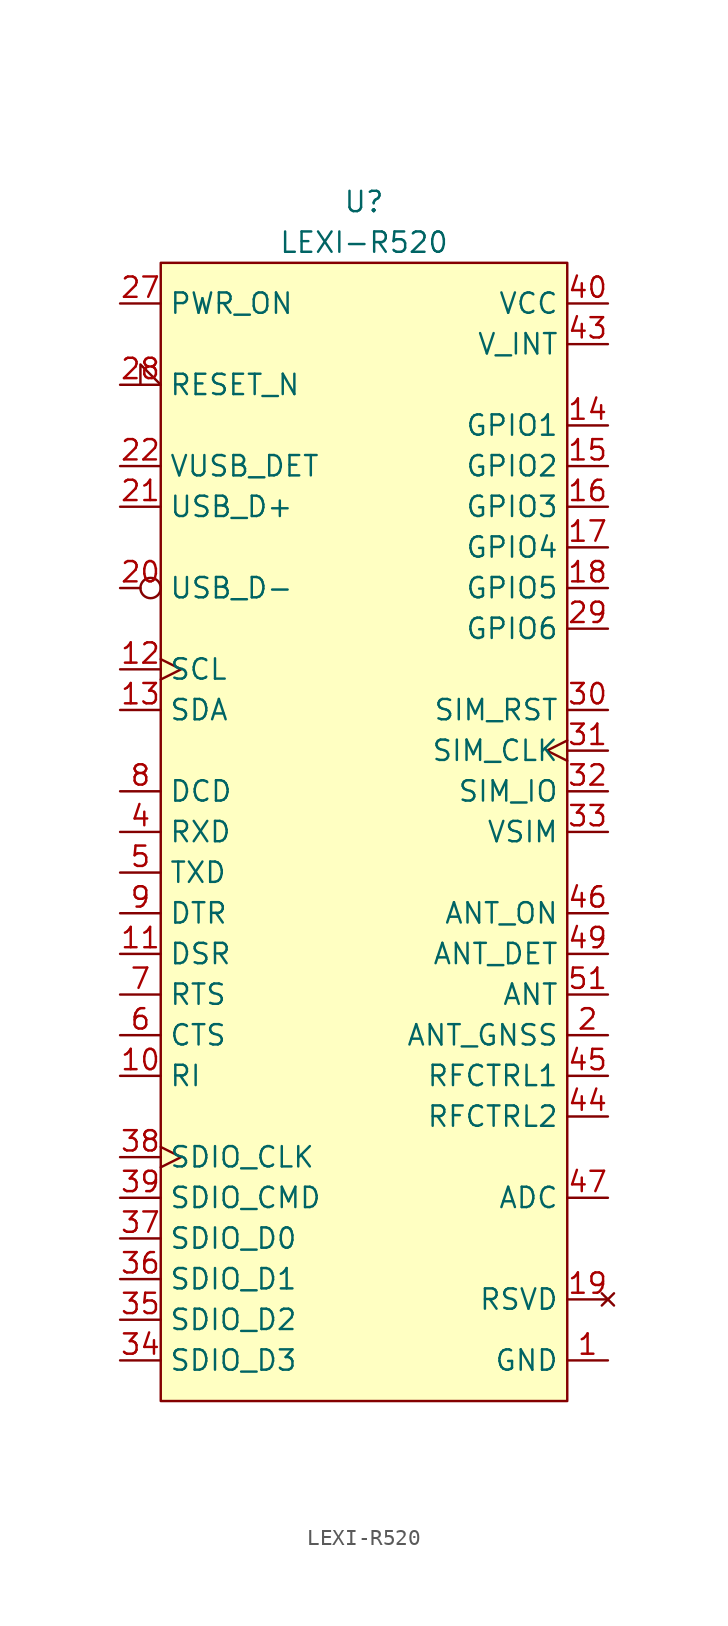
<source format=kicad_sym>
(kicad_symbol_lib
  (version 20231120)
  (generator "kicad_symbol_editor")
  (generator_version "8.0")
  (symbol "LEXI-R520"
    (property "Reference" "U"
      (at 0 39.37 0)
      (do_not_autoplace)
      (effects (font (size 1.27 1.27))))
    (property "Value" "LEXI-R520"
      (at 0 36.83 0)
      (do_not_autoplace)
      (effects (font (size 1.27 1.27))))
    (symbol "LEXI-R520_0_0"
      (pin passive line (at 15.24 -33.02 180) (length 2.54) (name "GND" (effects (font (size 1.27 1.27)))) (number "1" (effects (font (size 1.27 1.27)))))
      (pin output line (at -15.24 -15.24 0) (length 2.54) (name "RI" (effects (font (size 1.27 1.27)))) (number "10" (effects (font (size 1.27 1.27)))))
      (pin bidirectional line (at -15.24 -7.62 0) (length 2.54) (name "DSR" (effects (font (size 1.27 1.27)))) (number "11" (effects (font (size 1.27 1.27)))))
      (pin output clock (at -15.24 10.16 0) (length 2.54) (name "SCL" (effects (font (size 1.27 1.27)))) (number "12" (effects (font (size 1.27 1.27)))))
      (pin bidirectional line (at -15.24 7.62 0) (length 2.54) (name "SDA" (effects (font (size 1.27 1.27)))) (number "13" (effects (font (size 1.27 1.27)))))
      (pin bidirectional line (at 15.24 25.4 180) (length 2.54) (name "GPIO1" (effects (font (size 1.27 1.27)))) (number "14" (effects (font (size 1.27 1.27)))))
      (pin bidirectional line (at 15.24 22.86 180) (length 2.54) (name "GPIO2" (effects (font (size 1.27 1.27)))) (number "15" (effects (font (size 1.27 1.27)))))
      (pin bidirectional line (at 15.24 20.32 180) (length 2.54) (name "GPIO3" (effects (font (size 1.27 1.27)))) (number "16" (effects (font (size 1.27 1.27)))))
      (pin bidirectional line (at 15.24 17.78 180) (length 2.54) (name "GPIO4" (effects (font (size 1.27 1.27)))) (number "17" (effects (font (size 1.27 1.27)))))
      (pin bidirectional line (at 15.24 15.24 180) (length 2.54) (name "GPIO5" (effects (font (size 1.27 1.27)))) (number "18" (effects (font (size 1.27 1.27)))))
      (pin no_connect line (at 15.24 -29.21 180) (length 2.54) (name "RSVD" (effects (font (size 1.27 1.27)))) (number "19" (effects (font (size 1.27 1.27)))))
      (pin input line (at 15.24 -12.7 180) (length 2.54) (name "ANT_GNSS" (effects (font (size 1.27 1.27)))) (number "2" (effects (font (size 1.27 1.27)))))
      (pin bidirectional inverted (at -15.24 15.24 0) (length 2.54) (name "USB_D-" (effects (font (size 1.27 1.27)))) (number "20" (effects (font (size 1.27 1.27)))))
      (pin bidirectional line (at -15.24 20.32 0) (length 2.54) (name "USB_D+" (effects (font (size 1.27 1.27)))) (number "21" (effects (font (size 1.27 1.27)))))
      (pin input line (at -15.24 33.02 0) (length 2.54) (name "PWR_ON" (effects (font (size 1.27 1.27)))) (number "27" (effects (font (size 1.27 1.27)))))
      (pin input input_low (at -15.24 27.94 0) (length 2.54) (name "RESET_N" (effects (font (size 1.27 1.27)))) (number "28" (effects (font (size 1.27 1.27)))))
      (pin bidirectional line (at 15.24 12.7 180) (length 2.54) (name "GPIO6" (effects (font (size 1.27 1.27)))) (number "29" (effects (font (size 1.27 1.27)))))
      (pin output line (at 15.24 7.62 180) (length 2.54) (name "SIM_RST" (effects (font (size 1.27 1.27)))) (number "30" (effects (font (size 1.27 1.27)))))
      (pin output clock (at 15.24 5.08 180) (length 2.54) (name "SIM_CLK" (effects (font (size 1.27 1.27)))) (number "31" (effects (font (size 1.27 1.27)))))
      (pin bidirectional line (at 15.24 2.54 180) (length 2.54) (name "SIM_IO" (effects (font (size 1.27 1.27)))) (number "32" (effects (font (size 1.27 1.27)))))
      (pin power_out line (at 15.24 0 180) (length 2.54) (name "VSIM" (effects (font (size 1.27 1.27)))) (number "33" (effects (font (size 1.27 1.27)))))
      (pin bidirectional line (at -15.24 -33.02 0) (length 2.54) (name "SDIO_D3" (effects (font (size 1.27 1.27)))) (number "34" (effects (font (size 1.27 1.27)))))
      (pin bidirectional line (at -15.24 -30.48 0) (length 2.54) (name "SDIO_D2" (effects (font (size 1.27 1.27)))) (number "35" (effects (font (size 1.27 1.27)))))
      (pin bidirectional line (at -15.24 -27.94 0) (length 2.54) (name "SDIO_D1" (effects (font (size 1.27 1.27)))) (number "36" (effects (font (size 1.27 1.27)))))
      (pin bidirectional line (at -15.24 -25.4 0) (length 2.54) (name "SDIO_D0" (effects (font (size 1.27 1.27)))) (number "37" (effects (font (size 1.27 1.27)))))
      (pin output clock (at -15.24 -20.32 0) (length 2.54) (name "SDIO_CLK" (effects (font (size 1.27 1.27)))) (number "38" (effects (font (size 1.27 1.27)))))
      (pin bidirectional line (at -15.24 -22.86 0) (length 2.54) (name "SDIO_CMD" (effects (font (size 1.27 1.27)))) (number "39" (effects (font (size 1.27 1.27)))))
      (pin output line (at -15.24 0 0) (length 2.54) (name "RXD" (effects (font (size 1.27 1.27)))) (number "4" (effects (font (size 1.27 1.27)))))
      (pin power_in line (at 15.24 33.02 180) (length 2.54) (name "VCC" (effects (font (size 1.27 1.27)))) (number "40" (effects (font (size 1.27 1.27)))))
      (pin power_out line (at 15.24 30.48 180) (length 2.54) (name "V_INT" (effects (font (size 1.27 1.27)))) (number "43" (effects (font (size 1.27 1.27)))))
      (pin output line (at 15.24 -17.78 180) (length 2.54) (name "RFCTRL2" (effects (font (size 1.27 1.27)))) (number "44" (effects (font (size 1.27 1.27)))))
      (pin output line (at 15.24 -15.24 180) (length 2.54) (name "RFCTRL1" (effects (font (size 1.27 1.27)))) (number "45" (effects (font (size 1.27 1.27)))))
      (pin output line (at 15.24 -5.08 180) (length 2.54) (name "ANT_ON" (effects (font (size 1.27 1.27)))) (number "46" (effects (font (size 1.27 1.27)))))
      (pin input line (at 15.24 -22.86 180) (length 2.54) (name "ADC" (effects (font (size 1.27 1.27)))) (number "47" (effects (font (size 1.27 1.27)))))
      (pin input line (at 15.24 -7.62 180) (length 2.54) (name "ANT_DET" (effects (font (size 1.27 1.27)))) (number "49" (effects (font (size 1.27 1.27)))))
      (pin input line (at -15.24 -2.54 0) (length 2.54) (name "TXD" (effects (font (size 1.27 1.27)))) (number "5" (effects (font (size 1.27 1.27)))))
      (pin bidirectional line (at 15.24 -10.16 180) (length 2.54) (name "ANT" (effects (font (size 1.27 1.27)))) (number "51" (effects (font (size 1.27 1.27)))))
      (pin output line (at -15.24 -12.7 0) (length 2.54) (name "CTS" (effects (font (size 1.27 1.27)))) (number "6" (effects (font (size 1.27 1.27)))))
      (pin input line (at -15.24 -10.16 0) (length 2.54) (name "RTS" (effects (font (size 1.27 1.27)))) (number "7" (effects (font (size 1.27 1.27)))))
      (pin output line (at -15.24 2.54 0) (length 2.54) (name "DCD" (effects (font (size 1.27 1.27)))) (number "8" (effects (font (size 1.27 1.27)))))
      (pin input line (at -15.24 -5.08 0) (length 2.54) (name "DTR" (effects (font (size 1.27 1.27)))) (number "9" (effects (font (size 1.27 1.27))))))
    (symbol "LEXI-R520_1_0"
      (pin passive line (at 15.24 -33.02 180) (length 2.54) hide (name "GND" (effects (font (size 1.27 1.27)))) (number "100" (effects (font (size 1.27 1.27)))))
      (pin passive line (at 15.24 -33.02 180) (length 2.54) hide (name "GND" (effects (font (size 1.27 1.27)))) (number "101" (effects (font (size 1.27 1.27)))))
      (pin passive line (at 15.24 -33.02 180) (length 2.54) hide (name "GND" (effects (font (size 1.27 1.27)))) (number "102" (effects (font (size 1.27 1.27)))))
      (pin passive line (at 15.24 -33.02 180) (length 2.54) hide (name "GND" (effects (font (size 1.27 1.27)))) (number "103" (effects (font (size 1.27 1.27)))))
      (pin passive line (at 15.24 -33.02 180) (length 2.54) hide (name "GND" (effects (font (size 1.27 1.27)))) (number "104" (effects (font (size 1.27 1.27)))))
      (pin passive line (at 15.24 -33.02 180) (length 2.54) hide (name "GND" (effects (font (size 1.27 1.27)))) (number "105" (effects (font (size 1.27 1.27)))))
      (pin passive line (at 15.24 -33.02 180) (length 2.54) hide (name "GND" (effects (font (size 1.27 1.27)))) (number "106" (effects (font (size 1.27 1.27)))))
      (pin no_connect line (at 15.24 -29.21 180) (length 2.54) hide (name "RSVD" (effects (font (size 1.27 1.27)))) (number "107" (effects (font (size 1.27 1.27)))))
      (pin no_connect line (at 15.24 -29.21 180) (length 2.54) hide (name "RSVD" (effects (font (size 1.27 1.27)))) (number "108" (effects (font (size 1.27 1.27)))))
      (pin passive line (at 15.24 -33.02 180) (length 2.54) hide (name "GND" (effects (font (size 1.27 1.27)))) (number "109" (effects (font (size 1.27 1.27)))))
      (pin passive line (at 15.24 -33.02 180) (length 2.54) hide (name "GND" (effects (font (size 1.27 1.27)))) (number "110" (effects (font (size 1.27 1.27)))))
      (pin passive line (at 15.24 -33.02 180) (length 2.54) hide (name "GND" (effects (font (size 1.27 1.27)))) (number "111" (effects (font (size 1.27 1.27)))))
      (pin passive line (at 15.24 -33.02 180) (length 2.54) hide (name "GND" (effects (font (size 1.27 1.27)))) (number "112" (effects (font (size 1.27 1.27)))))
      (pin passive line (at 15.24 -33.02 180) (length 2.54) hide (name "GND" (effects (font (size 1.27 1.27)))) (number "113" (effects (font (size 1.27 1.27)))))
      (pin passive line (at 15.24 -33.02 180) (length 2.54) hide (name "GND" (effects (font (size 1.27 1.27)))) (number "114" (effects (font (size 1.27 1.27)))))
      (pin passive line (at 15.24 -33.02 180) (length 2.54) hide (name "GND" (effects (font (size 1.27 1.27)))) (number "115" (effects (font (size 1.27 1.27)))))
      (pin passive line (at 15.24 -33.02 180) (length 2.54) hide (name "GND" (effects (font (size 1.27 1.27)))) (number "116" (effects (font (size 1.27 1.27)))))
      (pin passive line (at 15.24 -33.02 180) (length 2.54) hide (name "GND" (effects (font (size 1.27 1.27)))) (number "117" (effects (font (size 1.27 1.27)))))
      (pin passive line (at 15.24 -33.02 180) (length 2.54) hide (name "GND" (effects (font (size 1.27 1.27)))) (number "118" (effects (font (size 1.27 1.27)))))
      (pin passive line (at 15.24 -33.02 180) (length 2.54) hide (name "GND" (effects (font (size 1.27 1.27)))) (number "119" (effects (font (size 1.27 1.27)))))
      (pin passive line (at 15.24 -33.02 180) (length 2.54) hide (name "GND" (effects (font (size 1.27 1.27)))) (number "120" (effects (font (size 1.27 1.27)))))
      (pin passive line (at 15.24 -33.02 180) (length 2.54) hide (name "GND" (effects (font (size 1.27 1.27)))) (number "121" (effects (font (size 1.27 1.27)))))
      (pin passive line (at 15.24 -33.02 180) (length 2.54) hide (name "GND" (effects (font (size 1.27 1.27)))) (number "122" (effects (font (size 1.27 1.27)))))
      (pin passive line (at 15.24 -33.02 180) (length 2.54) hide (name "GND" (effects (font (size 1.27 1.27)))) (number "123" (effects (font (size 1.27 1.27)))))
      (pin passive line (at 15.24 -33.02 180) (length 2.54) hide (name "GND" (effects (font (size 1.27 1.27)))) (number "124" (effects (font (size 1.27 1.27)))))
      (pin passive line (at 15.24 -33.02 180) (length 2.54) hide (name "GND" (effects (font (size 1.27 1.27)))) (number "125" (effects (font (size 1.27 1.27)))))
      (pin passive line (at 15.24 -33.02 180) (length 2.54) hide (name "GND" (effects (font (size 1.27 1.27)))) (number "126" (effects (font (size 1.27 1.27)))))
      (pin passive line (at 15.24 -33.02 180) (length 2.54) hide (name "GND" (effects (font (size 1.27 1.27)))) (number "127" (effects (font (size 1.27 1.27)))))
      (pin passive line (at 15.24 -33.02 180) (length 2.54) hide (name "GND" (effects (font (size 1.27 1.27)))) (number "128" (effects (font (size 1.27 1.27)))))
      (pin passive line (at 15.24 -33.02 180) (length 2.54) hide (name "GND" (effects (font (size 1.27 1.27)))) (number "129" (effects (font (size 1.27 1.27)))))
      (pin passive line (at 15.24 -33.02 180) (length 2.54) hide (name "GND" (effects (font (size 1.27 1.27)))) (number "130" (effects (font (size 1.27 1.27)))))
      (pin passive line (at 15.24 -33.02 180) (length 2.54) hide (name "GND" (effects (font (size 1.27 1.27)))) (number "131" (effects (font (size 1.27 1.27)))))
      (pin passive line (at 15.24 -33.02 180) (length 2.54) hide (name "GND" (effects (font (size 1.27 1.27)))) (number "132" (effects (font (size 1.27 1.27)))))
      (pin passive line (at 15.24 -33.02 180) (length 2.54) hide (name "GND" (effects (font (size 1.27 1.27)))) (number "133" (effects (font (size 1.27 1.27)))))
      (pin input line (at -15.24 22.86 0) (length 2.54) (name "VUSB_DET" (effects (font (size 1.27 1.27)))) (number "22" (effects (font (size 1.27 1.27)))))
      (pin no_connect line (at 15.24 -29.21 180) (length 2.54) hide (name "RSVD" (effects (font (size 1.27 1.27)))) (number "23" (effects (font (size 1.27 1.27)))))
      (pin no_connect line (at 15.24 -29.21 180) (length 2.54) hide (name "RSVD" (effects (font (size 1.27 1.27)))) (number "24" (effects (font (size 1.27 1.27)))))
      (pin no_connect line (at 15.24 -29.21 180) (length 2.54) hide (name "RSVD" (effects (font (size 1.27 1.27)))) (number "25" (effects (font (size 1.27 1.27)))))
      (pin no_connect line (at 15.24 -29.21 180) (length 2.54) hide (name "RSVD" (effects (font (size 1.27 1.27)))) (number "26" (effects (font (size 1.27 1.27)))))
      (pin passive line (at 15.24 -33.02 180) (length 2.54) hide (name "GND" (effects (font (size 1.27 1.27)))) (number "3" (effects (font (size 1.27 1.27)))))
      (pin power_in line (at 15.24 33.02 180) (length 2.54) hide (name "VCC" (effects (font (size 1.27 1.27)))) (number "41" (effects (font (size 1.27 1.27)))))
      (pin power_in line (at 15.24 33.02 180) (length 2.54) hide (name "VCC" (effects (font (size 1.27 1.27)))) (number "42" (effects (font (size 1.27 1.27)))))
      (pin no_connect line (at 15.24 -29.21 180) (length 2.54) hide (name "RSVD" (effects (font (size 1.27 1.27)))) (number "48" (effects (font (size 1.27 1.27)))))
      (pin passive line (at 15.24 -33.02 180) (length 2.54) hide (name "GND" (effects (font (size 1.27 1.27)))) (number "50" (effects (font (size 1.27 1.27)))))
      (pin passive line (at 15.24 -33.02 180) (length 2.54) hide (name "GND" (effects (font (size 1.27 1.27)))) (number "52" (effects (font (size 1.27 1.27)))))
      (pin passive line (at 15.24 -33.02 180) (length 2.54) hide (name "GND" (effects (font (size 1.27 1.27)))) (number "53" (effects (font (size 1.27 1.27)))))
      (pin no_connect line (at 15.24 -29.21 180) (length 2.54) hide (name "RSVD" (effects (font (size 1.27 1.27)))) (number "54" (effects (font (size 1.27 1.27)))))
      (pin no_connect line (at 15.24 -29.21 180) (length 2.54) hide (name "RSVD" (effects (font (size 1.27 1.27)))) (number "55" (effects (font (size 1.27 1.27)))))
      (pin passive line (at 15.24 -33.02 180) (length 2.54) hide (name "GND" (effects (font (size 1.27 1.27)))) (number "56" (effects (font (size 1.27 1.27)))))
      (pin passive line (at 15.24 -33.02 180) (length 2.54) hide (name "GND" (effects (font (size 1.27 1.27)))) (number "57" (effects (font (size 1.27 1.27)))))
      (pin passive line (at 15.24 -33.02 180) (length 2.54) hide (name "GND" (effects (font (size 1.27 1.27)))) (number "58" (effects (font (size 1.27 1.27)))))
      (pin passive line (at 15.24 -33.02 180) (length 2.54) hide (name "GND" (effects (font (size 1.27 1.27)))) (number "59" (effects (font (size 1.27 1.27)))))
      (pin passive line (at 15.24 -33.02 180) (length 2.54) hide (name "GND" (effects (font (size 1.27 1.27)))) (number "60" (effects (font (size 1.27 1.27)))))
      (pin passive line (at 15.24 -33.02 180) (length 2.54) hide (name "GND" (effects (font (size 1.27 1.27)))) (number "61" (effects (font (size 1.27 1.27)))))
      (pin no_connect line (at 15.24 -29.21 180) (length 2.54) hide (name "RSVD" (effects (font (size 1.27 1.27)))) (number "62" (effects (font (size 1.27 1.27)))))
      (pin no_connect line (at 15.24 -29.21 180) (length 2.54) hide (name "RSVD" (effects (font (size 1.27 1.27)))) (number "63" (effects (font (size 1.27 1.27)))))
      (pin passive line (at 15.24 -33.02 180) (length 2.54) hide (name "GND" (effects (font (size 1.27 1.27)))) (number "64" (effects (font (size 1.27 1.27)))))
      (pin passive line (at 15.24 -33.02 180) (length 2.54) hide (name "GND" (effects (font (size 1.27 1.27)))) (number "65" (effects (font (size 1.27 1.27)))))
      (pin passive line (at 15.24 -33.02 180) (length 2.54) hide (name "GND" (effects (font (size 1.27 1.27)))) (number "66" (effects (font (size 1.27 1.27)))))
      (pin passive line (at 15.24 -33.02 180) (length 2.54) hide (name "GND" (effects (font (size 1.27 1.27)))) (number "67" (effects (font (size 1.27 1.27)))))
      (pin passive line (at 15.24 -33.02 180) (length 2.54) hide (name "GND" (effects (font (size 1.27 1.27)))) (number "68" (effects (font (size 1.27 1.27)))))
      (pin passive line (at 15.24 -33.02 180) (length 2.54) hide (name "GND" (effects (font (size 1.27 1.27)))) (number "69" (effects (font (size 1.27 1.27)))))
      (pin passive line (at 15.24 -33.02 180) (length 2.54) hide (name "GND" (effects (font (size 1.27 1.27)))) (number "70" (effects (font (size 1.27 1.27)))))
      (pin no_connect line (at 15.24 -29.21 180) (length 2.54) hide (name "RSVD" (effects (font (size 1.27 1.27)))) (number "71" (effects (font (size 1.27 1.27)))))
      (pin no_connect line (at 15.24 -29.21 180) (length 2.54) hide (name "RSVD" (effects (font (size 1.27 1.27)))) (number "72" (effects (font (size 1.27 1.27)))))
      (pin passive line (at 15.24 -33.02 180) (length 2.54) hide (name "GND" (effects (font (size 1.27 1.27)))) (number "73" (effects (font (size 1.27 1.27)))))
      (pin passive line (at 15.24 -33.02 180) (length 2.54) hide (name "GND" (effects (font (size 1.27 1.27)))) (number "74" (effects (font (size 1.27 1.27)))))
      (pin passive line (at 15.24 -33.02 180) (length 2.54) hide (name "GND" (effects (font (size 1.27 1.27)))) (number "75" (effects (font (size 1.27 1.27)))))
      (pin passive line (at 15.24 -33.02 180) (length 2.54) hide (name "GND" (effects (font (size 1.27 1.27)))) (number "76" (effects (font (size 1.27 1.27)))))
      (pin passive line (at 15.24 -33.02 180) (length 2.54) hide (name "GND" (effects (font (size 1.27 1.27)))) (number "77" (effects (font (size 1.27 1.27)))))
      (pin passive line (at 15.24 -33.02 180) (length 2.54) hide (name "GND" (effects (font (size 1.27 1.27)))) (number "78" (effects (font (size 1.27 1.27)))))
      (pin passive line (at 15.24 -33.02 180) (length 2.54) hide (name "GND" (effects (font (size 1.27 1.27)))) (number "79" (effects (font (size 1.27 1.27)))))
      (pin no_connect line (at 15.24 -29.21 180) (length 2.54) hide (name "RSVD" (effects (font (size 1.27 1.27)))) (number "80" (effects (font (size 1.27 1.27)))))
      (pin no_connect line (at 15.24 -29.21 180) (length 2.54) hide (name "RSVD" (effects (font (size 1.27 1.27)))) (number "81" (effects (font (size 1.27 1.27)))))
      (pin passive line (at 15.24 -33.02 180) (length 2.54) hide (name "GND" (effects (font (size 1.27 1.27)))) (number "82" (effects (font (size 1.27 1.27)))))
      (pin passive line (at 15.24 -33.02 180) (length 2.54) hide (name "GND" (effects (font (size 1.27 1.27)))) (number "83" (effects (font (size 1.27 1.27)))))
      (pin passive line (at 15.24 -33.02 180) (length 2.54) hide (name "GND" (effects (font (size 1.27 1.27)))) (number "84" (effects (font (size 1.27 1.27)))))
      (pin passive line (at 15.24 -33.02 180) (length 2.54) hide (name "GND" (effects (font (size 1.27 1.27)))) (number "85" (effects (font (size 1.27 1.27)))))
      (pin passive line (at 15.24 -33.02 180) (length 2.54) hide (name "GND" (effects (font (size 1.27 1.27)))) (number "86" (effects (font (size 1.27 1.27)))))
      (pin passive line (at 15.24 -33.02 180) (length 2.54) hide (name "GND" (effects (font (size 1.27 1.27)))) (number "87" (effects (font (size 1.27 1.27)))))
      (pin passive line (at 15.24 -33.02 180) (length 2.54) hide (name "GND" (effects (font (size 1.27 1.27)))) (number "88" (effects (font (size 1.27 1.27)))))
      (pin no_connect line (at 15.24 -29.21 180) (length 2.54) hide (name "RSVD" (effects (font (size 1.27 1.27)))) (number "89" (effects (font (size 1.27 1.27)))))
      (pin no_connect line (at 15.24 -29.21 180) (length 2.54) hide (name "RSVD" (effects (font (size 1.27 1.27)))) (number "90" (effects (font (size 1.27 1.27)))))
      (pin passive line (at 15.24 -33.02 180) (length 2.54) hide (name "GND" (effects (font (size 1.27 1.27)))) (number "91" (effects (font (size 1.27 1.27)))))
      (pin passive line (at 15.24 -33.02 180) (length 2.54) hide (name "GND" (effects (font (size 1.27 1.27)))) (number "92" (effects (font (size 1.27 1.27)))))
      (pin passive line (at 15.24 -33.02 180) (length 2.54) hide (name "GND" (effects (font (size 1.27 1.27)))) (number "93" (effects (font (size 1.27 1.27)))))
      (pin passive line (at 15.24 -33.02 180) (length 2.54) hide (name "GND" (effects (font (size 1.27 1.27)))) (number "94" (effects (font (size 1.27 1.27)))))
      (pin passive line (at 15.24 -33.02 180) (length 2.54) hide (name "GND" (effects (font (size 1.27 1.27)))) (number "95" (effects (font (size 1.27 1.27)))))
      (pin passive line (at 15.24 -33.02 180) (length 2.54) hide (name "GND" (effects (font (size 1.27 1.27)))) (number "96" (effects (font (size 1.27 1.27)))))
      (pin passive line (at 15.24 -33.02 180) (length 2.54) hide (name "GND" (effects (font (size 1.27 1.27)))) (number "97" (effects (font (size 1.27 1.27)))))
      (pin no_connect line (at 15.24 -29.21 180) (length 2.54) hide (name "RSVD" (effects (font (size 1.27 1.27)))) (number "98" (effects (font (size 1.27 1.27)))))
      (pin no_connect line (at 15.24 -29.21 180) (length 2.54) hide (name "RSVD" (effects (font (size 1.27 1.27)))) (number "99" (effects (font (size 1.27 1.27))))))
    (symbol "LEXI-R520_1_1"
      (rectangle (start -12.7 35.56) (end 12.7 -35.56) (stroke (width 0) (type default)) (fill (type background))))))
</source>
